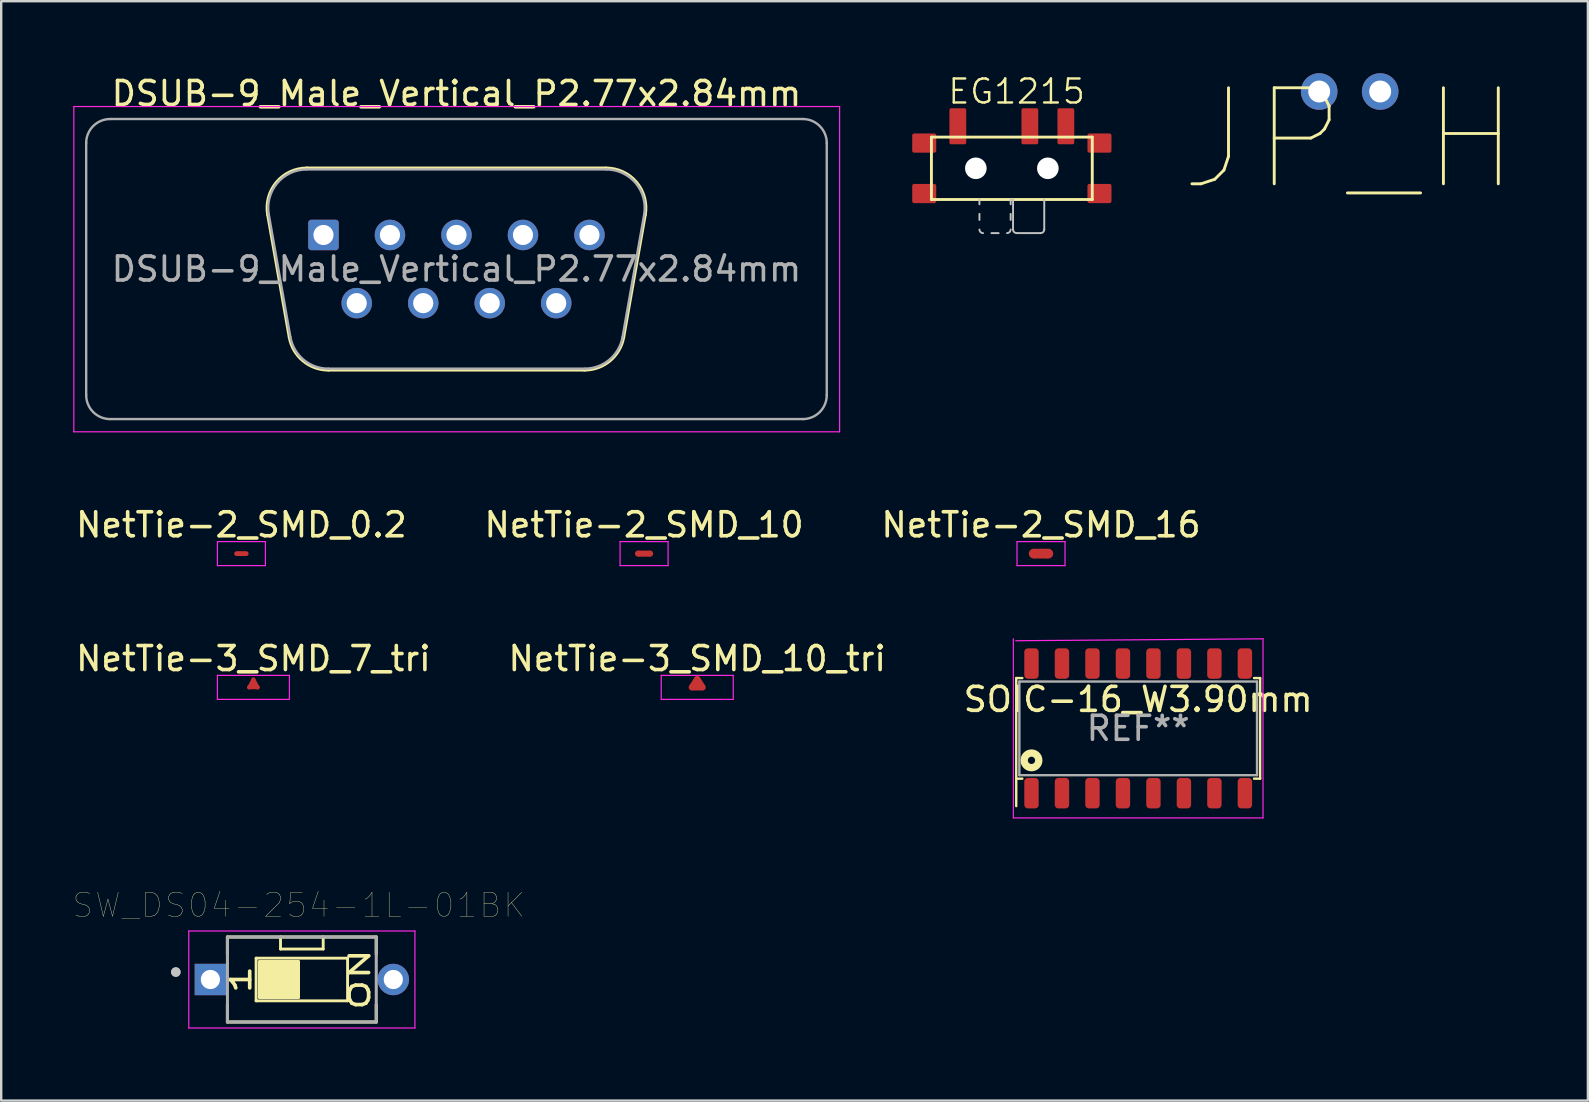
<source format=kicad_pcb>
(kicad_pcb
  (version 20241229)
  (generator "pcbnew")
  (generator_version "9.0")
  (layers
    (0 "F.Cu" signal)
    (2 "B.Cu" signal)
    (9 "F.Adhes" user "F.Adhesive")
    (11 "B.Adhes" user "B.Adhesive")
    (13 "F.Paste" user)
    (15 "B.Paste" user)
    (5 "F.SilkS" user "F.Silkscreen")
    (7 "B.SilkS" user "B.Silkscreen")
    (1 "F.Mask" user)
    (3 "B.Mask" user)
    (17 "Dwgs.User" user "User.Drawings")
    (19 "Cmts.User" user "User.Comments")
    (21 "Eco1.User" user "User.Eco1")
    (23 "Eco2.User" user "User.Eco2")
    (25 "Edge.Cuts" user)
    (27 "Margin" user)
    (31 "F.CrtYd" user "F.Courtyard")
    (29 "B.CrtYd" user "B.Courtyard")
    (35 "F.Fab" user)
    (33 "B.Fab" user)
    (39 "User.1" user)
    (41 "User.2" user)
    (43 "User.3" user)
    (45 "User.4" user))
  (footprint "SOIC-16_W3.90mm"
    (layer "F.Cu")
    (at 44.363 27.291)
    (property "Reference" "SOIC-16_W3.90mm" (at 0 -1.206 0) (layer "F.SilkS") (effects (font (size 1 1) (thickness 0.15))))
    (attr smd)
    (fp_line (start -5.08 -2.095) (end -5.08 3.239) (stroke (width 0.1) (type solid)) (layer "F.SilkS"))
    (fp_line (start -5.08 -2.095) (end -4.826 -2.095) (stroke (width 0.1) (type solid)) (layer "F.SilkS"))
    (fp_line (start -5.08 2.095) (end -4.826 2.095) (stroke (width 0.1) (type solid)) (layer "F.SilkS"))
    (fp_line (start 4.826 -2.095) (end 5.08 -2.095) (stroke (width 0.1) (type solid)) (layer "F.SilkS"))
    (fp_line (start 4.826 2.095) (end 5.08 2.095) (stroke (width 0.1) (type solid)) (layer "F.SilkS"))
    (fp_line (start 5.08 2.095) (end 5.08 -2.095) (stroke (width 0.1) (type solid)) (layer "F.SilkS"))
    (fp_circle (center -4.445 1.333) (end -4.293 1.333) (stroke (width 0.305) (type solid)) (fill no) (layer "F.SilkS"))
    (fp_line (start -5.2 3.73) (end -5.2 -3.73) (stroke (width 0.05) (type solid)) (layer "F.CrtYd"))
    (fp_line (start -5.2 3.73) (end 5.2 3.73) (stroke (width 0.05) (type solid)) (layer "F.CrtYd"))
    (fp_line (start -5.1 -3.65) (end 5.2 -3.73) (stroke (width 0.05) (type solid)) (layer "F.CrtYd"))
    (fp_line (start 5.2 3.73) (end 5.2 -3.73) (stroke (width 0.05) (type solid)) (layer "F.CrtYd"))
    (fp_line (start -4.95 -1.95) (end -4.95 1.95) (stroke (width 0.1) (type solid)) (layer "F.Fab"))
    (fp_line (start -4.95 -1.95) (end 4.95 -1.95) (stroke (width 0.1) (type solid)) (layer "F.Fab"))
    (fp_line (start 4.95 -1.95) (end 4.95 1.95) (stroke (width 0.1) (type solid)) (layer "F.Fab"))
    (fp_line (start 4.95 1.95) (end -4.95 1.95) (stroke (width 0.1) (type solid)) (layer "F.Fab"))
    (fp_text user "REF**" (at 0 0 0) (layer "F.Fab") (effects (font (size 1 1) (thickness 0.15))))
    (pad "1" smd roundrect (at -4.445 2.7) (size 0.6 1.27) (layers "F.Cu" "F.Mask" "F.Paste") (roundrect_rratio 0.25))
    (pad "2" smd roundrect (at -3.175 2.7) (size 0.6 1.27) (layers "F.Cu" "F.Mask" "F.Paste") (roundrect_rratio 0.25))
    (pad "3" smd roundrect (at -1.905 2.7) (size 0.6 1.27) (layers "F.Cu" "F.Mask" "F.Paste") (roundrect_rratio 0.25))
    (pad "4" smd roundrect (at -0.635 2.7) (size 0.6 1.27) (layers "F.Cu" "F.Mask" "F.Paste") (roundrect_rratio 0.25))
    (pad "5" smd roundrect (at 0.635 2.7) (size 0.6 1.27) (layers "F.Cu" "F.Mask" "F.Paste") (roundrect_rratio 0.25))
    (pad "6" smd roundrect (at 1.905 2.7) (size 0.6 1.27) (layers "F.Cu" "F.Mask" "F.Paste") (roundrect_rratio 0.25))
    (pad "7" smd roundrect (at 3.175 2.7) (size 0.6 1.27) (layers "F.Cu" "F.Mask" "F.Paste") (roundrect_rratio 0.25))
    (pad "8" smd roundrect (at 4.445 2.7) (size 0.6 1.27) (layers "F.Cu" "F.Mask" "F.Paste") (roundrect_rratio 0.25))
    (pad "9" smd roundrect (at 4.445 -2.7) (size 0.6 1.27) (layers "F.Cu" "F.Mask" "F.Paste") (roundrect_rratio 0.25))
    (pad "10" smd roundrect (at 3.175 -2.7) (size 0.6 1.27) (layers "F.Cu" "F.Mask" "F.Paste") (roundrect_rratio 0.25))
    (pad "11" smd roundrect (at 1.905 -2.7) (size 0.6 1.27) (layers "F.Cu" "F.Mask" "F.Paste") (roundrect_rratio 0.25))
    (pad "12" smd roundrect (at 0.635 -2.7) (size 0.6 1.27) (layers "F.Cu" "F.Mask" "F.Paste") (roundrect_rratio 0.25))
    (pad "13" smd roundrect (at -0.635 -2.7) (size 0.6 1.27) (layers "F.Cu" "F.Mask" "F.Paste") (roundrect_rratio 0.25))
    (pad "14" smd roundrect (at -1.905 -2.7) (size 0.6 1.27) (layers "F.Cu" "F.Mask" "F.Paste") (roundrect_rratio 0.25))
    (pad "15" smd roundrect (at -3.175 -2.7) (size 0.6 1.27) (layers "F.Cu" "F.Mask" "F.Paste") (roundrect_rratio 0.25))
    (pad "16" smd roundrect (at -4.445 -2.7) (size 0.6 1.27) (layers "F.Cu" "F.Mask" "F.Paste") (roundrect_rratio 0.25)))
  (footprint "NetTie-2_SMD_16"
    (layer "F.Cu")
    (at 40.315 20.012)
    (property "Reference" "NetTie-2_SMD_16" (at 0 -1.2 0) (layer "F.SilkS") (effects (font (size 1 1) (thickness 0.15))))
    (attr exclude_from_pos_files exclude_from_bom)
    (fp_poly (pts (xy -0.305 -0.203) (xy 0.305 -0.203) (xy 0.305 0.203) (xy -0.305 0.203)) (stroke (width 0) (type solid)) (fill yes) (layer "F.Cu"))
    (fp_line (start -1 -0.5) (end -1 0.5) (stroke (width 0.05) (type solid)) (layer "F.CrtYd"))
    (fp_line (start -1 0.5) (end 1 0.5) (stroke (width 0.05) (type solid)) (layer "F.CrtYd"))
    (fp_line (start 1 -0.5) (end -1 -0.5) (stroke (width 0.05) (type solid)) (layer "F.CrtYd"))
    (fp_line (start 1 0.5) (end 1 -0.5) (stroke (width 0.05) (type solid)) (layer "F.CrtYd"))
    (pad "1" smd circle (at -0.305 0) (size 0.406 0.406) (layers "F.Cu"))
    (pad "2" smd circle (at 0.305 0) (size 0.406 0.406) (layers "F.Cu")))
  (footprint "EG1215"
    (layer "F.Cu")
    (at 39.1 3.961)
    (property "Reference" "EG1215" (at 0.2 -3.2 0) (layer "F.SilkS") (effects (font (size 1 1) (thickness 0.1))))
    (attr smd)
    (fp_line (start -3.35 -1.3) (end -3.35 1.3) (stroke (width 0.12) (type solid)) (layer "F.SilkS"))
    (fp_line (start -3.35 1.3) (end 3.35 1.3) (stroke (width 0.12) (type solid)) (layer "F.SilkS"))
    (fp_line (start 3.35 -1.3) (end -3.35 -1.3) (stroke (width 0.12) (type solid)) (layer "F.SilkS"))
    (fp_line (start 3.35 1.3) (end 3.35 -1.3) (stroke (width 0.12) (type solid)) (layer "F.SilkS"))
    (fp_line (start -1.35 1.3) (end -1.35 1.5) (stroke (width 0.08) (type solid)) (layer "Dwgs.User"))
    (fp_line (start -1.35 1.9) (end -1.35 2.15) (stroke (width 0.08) (type solid)) (layer "Dwgs.User"))
    (fp_line (start -0.85 2.7) (end -0.55 2.7) (stroke (width 0.08) (type solid)) (layer "Dwgs.User"))
    (fp_line (start -0.05 1.5) (end -0.05 1.3) (stroke (width 0.08) (type solid)) (layer "Dwgs.User"))
    (fp_line (start -0.05 2.15) (end -0.05 1.9) (stroke (width 0.08) (type solid)) (layer "Dwgs.User"))
    (fp_line (start 0.05 1.3) (end 0.05 2.55) (stroke (width 0.08) (type solid)) (layer "Dwgs.User"))
    (fp_line (start 0.2 2.7) (end 1.2 2.7) (stroke (width 0.08) (type solid)) (layer "Dwgs.User"))
    (fp_line (start 1.35 2.55) (end 1.35 1.3) (stroke (width 0.08) (type solid)) (layer "Dwgs.User"))
    (fp_arc (start -1.2 2.7) (mid -1.306066 2.656066) (end -1.35 2.55) (stroke (width 0.08) (type solid)) (layer "Dwgs.User"))
    (fp_arc (start -0.05 2.55) (mid -0.093934 2.656066) (end -0.2 2.7) (stroke (width 0.08) (type solid)) (layer "Dwgs.User"))
    (fp_arc (start 0.2 2.7) (mid 0.093934 2.656066) (end 0.05 2.55) (stroke (width 0.08) (type solid)) (layer "Dwgs.User"))
    (fp_arc (start 1.35 2.55) (mid 1.306066 2.656066) (end 1.2 2.7) (stroke (width 0.08) (type solid)) (layer "Dwgs.User"))
    (pad "" np_thru_hole circle (at -1.5 0) (size 0.9 0.9) (drill 0.9) (layers "*.Cu" "*.Mask"))
    (pad "" np_thru_hole circle (at 1.5 0) (size 0.9 0.9) (drill 0.9) (layers "*.Cu" "*.Mask"))
    (pad "1" smd roundrect (at -2.25 -1.75) (size 0.7 1.5) (layers "F.Cu" "F.Mask" "F.Paste") (roundrect_rratio 0.1))
    (pad "2" smd roundrect (at 0.75 -1.75) (size 0.7 1.5) (layers "F.Cu" "F.Mask" "F.Paste") (roundrect_rratio 0.1))
    (pad "3" smd roundrect (at 2.25 -1.75) (size 0.7 1.5) (layers "F.Cu" "F.Mask" "F.Paste") (roundrect_rratio 0.1))
    (pad "S" smd roundrect (at -3.65 -1.05) (size 1 0.8) (layers "F.Cu" "F.Mask" "F.Paste") (roundrect_rratio 0.1))
    (pad "S" smd roundrect (at -3.65 1.05) (size 1 0.8) (layers "F.Cu" "F.Mask" "F.Paste") (roundrect_rratio 0.1))
    (pad "S" smd roundrect (at 3.65 -1.05) (size 1 0.8) (layers "F.Cu" "F.Mask" "F.Paste") (roundrect_rratio 0.1))
    (pad "S" smd roundrect (at 3.65 1.05) (size 1 0.8) (layers "F.Cu" "F.Mask" "F.Paste") (roundrect_rratio 0.1)))
  (footprint "JP_H"
    (layer "F.Cu")
    (at 53.173 0.762)
    (property "Reference" "JP_H" (at 0 2 0) (layer "F.SilkS") (effects (font (size 4 4) (thickness 0.12))))
    (attr through_hole)
    (pad "1" thru_hole circle (at -1.27 0) (size 1.524 1.524) (drill 0.914) (layers "*.Cu" "*.Mask"))
    (pad "2" thru_hole circle (at 1.27 0) (size 1.524 1.524) (drill 0.914) (layers "*.Cu" "*.Mask")))
  (footprint "NetTie-2_SMD_10"
    (layer "F.Cu")
    (at 23.78 20.012)
    (property "Reference" "NetTie-2_SMD_10" (at 0 -1.2 0) (layer "F.SilkS") (effects (font (size 1 1) (thickness 0.15))))
    (attr exclude_from_pos_files exclude_from_bom)
    (fp_poly (pts (xy -0.254 -0.127) (xy 0.254 -0.127) (xy 0.254 0.127) (xy -0.254 0.127)) (stroke (width 0) (type solid)) (fill yes) (layer "F.Cu"))
    (fp_line (start -1 -0.5) (end -1 0.5) (stroke (width 0.05) (type solid)) (layer "F.CrtYd"))
    (fp_line (start -1 0.5) (end 1 0.5) (stroke (width 0.05) (type solid)) (layer "F.CrtYd"))
    (fp_line (start 1 -0.5) (end -1 -0.5) (stroke (width 0.05) (type solid)) (layer "F.CrtYd"))
    (fp_line (start 1 0.5) (end 1 -0.5) (stroke (width 0.05) (type solid)) (layer "F.CrtYd"))
    (pad "1" smd circle (at -0.254 0) (size 0.254 0.254) (layers "F.Cu"))
    (pad "2" smd circle (at 0.254 0) (size 0.254 0.254) (layers "F.Cu")))
  (footprint "NetTie-3_SMD_10_tri"
    (layer "F.Cu")
    (at 25.994 25.585)
    (property "Reference" "NetTie-3_SMD_10_tri" (at 0 -1.2 0) (layer "F.SilkS") (effects (font (size 1 1) (thickness 0.15))))
    (attr exclude_from_pos_files exclude_from_bom)
    (fp_poly (pts (xy 0.33 -0.076) (xy 0.229 0.127) (xy -0.229 0.127) (xy -0.33 -0.076) (xy -0.102 -0.432) (xy 0.102 -0.432)) (stroke (width 0.000003) (type solid)) (fill yes) (layer "F.Cu"))
    (fp_line (start -1.5 -0.5) (end -1.5 0.5) (stroke (width 0.05) (type solid)) (layer "F.CrtYd"))
    (fp_line (start -1.5 0.5) (end 1.5 0.5) (stroke (width 0.05) (type solid)) (layer "F.CrtYd"))
    (fp_line (start 1.5 -0.5) (end -1.5 -0.5) (stroke (width 0.05) (type solid)) (layer "F.CrtYd"))
    (fp_line (start 1.5 0.5) (end 1.5 -0.5) (stroke (width 0.05) (type solid)) (layer "F.CrtYd"))
    (pad "1" smd circle (at 0.229 0) (size 0.254 0.254) (layers "F.Cu"))
    (pad "2" smd circle (at 0 -0.356) (size 0.254 0.254) (layers "F.Cu"))
    (pad "3" smd circle (at -0.229 0) (size 0.254 0.254) (layers "F.Cu")))
  (footprint "NetTie-3_SMD_7_tri"
    (layer "F.Cu")
    (at 7.506 25.585)
    (property "Reference" "NetTie-3_SMD_7_tri" (at 0 -1.2 0) (layer "F.SilkS") (effects (font (size 1 1) (thickness 0.15))))
    (attr exclude_from_pos_files exclude_from_bom)
    (fp_poly (pts (xy 0.254 -0.025) (xy 0.203 0.076) (xy -0.203 0.076) (xy -0.254 -0.025) (xy -0.076 -0.356) (xy 0.076 -0.356)) (stroke (width 0.001) (type solid)) (fill yes) (layer "F.Cu"))
    (fp_line (start -1.5 -0.5) (end -1.5 0.5) (stroke (width 0.05) (type solid)) (layer "F.CrtYd"))
    (fp_line (start -1.5 0.5) (end 1.5 0.5) (stroke (width 0.05) (type solid)) (layer "F.CrtYd"))
    (fp_line (start 1.5 -0.5) (end -1.5 -0.5) (stroke (width 0.05) (type solid)) (layer "F.CrtYd"))
    (fp_line (start 1.5 0.5) (end 1.5 -0.5) (stroke (width 0.05) (type solid)) (layer "F.CrtYd"))
    (pad "1" smd circle (at -0.178 0) (size 0.178 0.178) (layers "F.Cu"))
    (pad "2" smd circle (at 0 -0.33) (size 0.178 0.178) (layers "F.Cu"))
    (pad "3" smd circle (at 0.178 0) (size 0.178 0.178) (layers "F.Cu")))
  (footprint "DSUB-9_Male_Vertical_P2.77x2.84mm"
    (layer "F.Cu")
    (at 10.425 6.738)
    (property "Reference" "DSUB-9_Male_Vertical_P2.77x2.84mm" (at 5.54 -5.89 0) (layer "F.SilkS") (effects (font (size 1 1) (thickness 0.15))))
    (attr through_hole)
    (fp_line (start -2.326 -0.842) (end -1.427 4.258) (stroke (width 0.12) (type solid)) (layer "F.SilkS"))
    (fp_line (start -0.692 -2.79) (end 11.772 -2.79) (stroke (width 0.12) (type solid)) (layer "F.SilkS"))
    (fp_line (start 0.208 5.63) (end 10.872 5.63) (stroke (width 0.12) (type solid)) (layer "F.SilkS"))
    (fp_line (start 13.406 -0.842) (end 12.507 4.258) (stroke (width 0.12) (type solid)) (layer "F.SilkS"))
    (fp_arc (start -2.32647 -0.841744) (mid -1.963323 -2.197028) (end -0.691689 -2.79) (stroke (width 0.12) (type solid)) (layer "F.SilkS"))
    (fp_arc (start 0.207579 5.63) (mid -0.859448 5.241634) (end -1.427202 4.258256) (stroke (width 0.12) (type solid)) (layer "F.SilkS"))
    (fp_arc (start 11.771689 -2.79) (mid 13.043323 -2.197027) (end 13.40647 -0.841744) (stroke (width 0.12) (type solid)) (layer "F.SilkS"))
    (fp_arc (start 12.507202 4.258256) (mid 11.939449 5.241634) (end 10.872421 5.63) (stroke (width 0.12) (type solid)) (layer "F.SilkS"))
    (fp_line (start -10.4 -5.35) (end -10.4 8.2) (stroke (width 0.05) (type solid)) (layer "F.CrtYd"))
    (fp_line (start -10.4 8.2) (end 21.5 8.2) (stroke (width 0.05) (type solid)) (layer "F.CrtYd"))
    (fp_line (start 21.5 -5.35) (end -10.4 -5.35) (stroke (width 0.05) (type solid)) (layer "F.CrtYd"))
    (fp_line (start 21.5 8.2) (end 21.5 -5.35) (stroke (width 0.05) (type solid)) (layer "F.CrtYd"))
    (fp_line (start -9.885 6.67) (end -9.885 -3.83) (stroke (width 0.1) (type solid)) (layer "F.Fab"))
    (fp_line (start -8.885 -4.83) (end 19.965 -4.83) (stroke (width 0.1) (type solid)) (layer "F.Fab"))
    (fp_line (start -2.279 -0.852) (end -1.38 4.248) (stroke (width 0.1) (type solid)) (layer "F.Fab"))
    (fp_line (start -0.703 -2.73) (end 11.783 -2.73) (stroke (width 0.1) (type solid)) (layer "F.Fab"))
    (fp_line (start 0.196 5.57) (end 10.884 5.57) (stroke (width 0.1) (type solid)) (layer "F.Fab"))
    (fp_line (start 13.359 -0.852) (end 12.46 4.248) (stroke (width 0.1) (type solid)) (layer "F.Fab"))
    (fp_line (start 19.965 7.67) (end -8.885 7.67) (stroke (width 0.1) (type solid)) (layer "F.Fab"))
    (fp_line (start 20.965 -3.83) (end 20.965 6.67) (stroke (width 0.1) (type solid)) (layer "F.Fab"))
    (fp_arc (start -9.885 -3.83) (mid -9.592107 -4.537107) (end -8.885 -4.83) (stroke (width 0.1) (type solid)) (layer "F.Fab"))
    (fp_arc (start -8.885 7.67) (mid -9.592107 7.377107) (end -9.885 6.67) (stroke (width 0.1) (type solid)) (layer "F.Fab"))
    (fp_arc (start -2.278886 -0.852163) (mid -1.928865 -2.15846) (end -0.703194 -2.73) (stroke (width 0.1) (type solid)) (layer "F.Fab"))
    (fp_arc (start 0.196073 5.57) (mid -0.832387 5.195671) (end -1.379619 4.247837) (stroke (width 0.1) (type solid)) (layer "F.Fab"))
    (fp_arc (start 11.783194 -2.73) (mid 13.008865 -2.15846) (end 13.358886 -0.852163) (stroke (width 0.1) (type solid)) (layer "F.Fab"))
    (fp_arc (start 12.459619 4.247837) (mid 11.912387 5.195671) (end 10.883927 5.57) (stroke (width 0.1) (type solid)) (layer "F.Fab"))
    (fp_arc (start 19.965 -4.83) (mid 20.672107 -4.537107) (end 20.965 -3.83) (stroke (width 0.1) (type solid)) (layer "F.Fab"))
    (fp_arc (start 20.965 6.67) (mid 20.672107 7.377107) (end 19.965 7.67) (stroke (width 0.1) (type solid)) (layer "F.Fab"))
    (fp_text user "${REFERENCE}" (at 5.54 1.42 0) (layer "F.Fab") (effects (font (size 1 1) (thickness 0.15))))
    (pad "1" thru_hole roundrect (at 0 0) (size 1.27 1.27) (drill 0.838) (layers "*.Cu" "*.Mask") (roundrect_rratio 0.1))
    (pad "2" thru_hole circle (at 2.77 0) (size 1.27 1.27) (drill 0.838) (layers "*.Cu" "*.Mask"))
    (pad "3" thru_hole circle (at 5.54 0) (size 1.27 1.27) (drill 0.838) (layers "*.Cu" "*.Mask"))
    (pad "4" thru_hole circle (at 8.31 0) (size 1.27 1.27) (drill 0.838) (layers "*.Cu" "*.Mask"))
    (pad "5" thru_hole circle (at 11.08 0) (size 1.27 1.27) (drill 0.838) (layers "*.Cu" "*.Mask"))
    (pad "6" thru_hole circle (at 1.385 2.84) (size 1.27 1.27) (drill 0.838) (layers "*.Cu" "*.Mask"))
    (pad "7" thru_hole circle (at 4.155 2.84) (size 1.27 1.27) (drill 0.838) (layers "*.Cu" "*.Mask"))
    (pad "8" thru_hole circle (at 6.925 2.84) (size 1.27 1.27) (drill 0.838) (layers "*.Cu" "*.Mask"))
    (pad "9" thru_hole circle (at 9.695 2.84) (size 1.27 1.27) (drill 0.838) (layers "*.Cu" "*.Mask")))
  (footprint "SW_DS04-254-1L-01BK"
    (layer "F.Cu")
    (at 9.524 37.753)
    (property "Reference" "SW_DS04-254-1L-01BK" (at -0.125 -3.095 0) (layer "F.SilkS") (effects (font (size 1 1) (thickness 0.015))))
    (attr through_hole)
    (fp_line (start -3.1 -1.77) (end -3.1 -1.05) (stroke (width 0.127) (type solid)) (layer "F.SilkS"))
    (fp_line (start -3.1 1.05) (end -3.1 1.77) (stroke (width 0.127) (type solid)) (layer "F.SilkS"))
    (fp_line (start -3.1 1.77) (end 3.1 1.77) (stroke (width 0.127) (type solid)) (layer "F.SilkS"))
    (fp_line (start -1.905 -0.889) (end -1.905 0.889) (stroke (width 0.12) (type solid)) (layer "F.SilkS"))
    (fp_line (start -1.905 0.889) (end 1.905 0.889) (stroke (width 0.12) (type solid)) (layer "F.SilkS"))
    (fp_line (start -0.889 -1.778) (end -0.889 -1.27) (stroke (width 0.12) (type solid)) (layer "F.SilkS"))
    (fp_line (start -0.889 -1.27) (end 0.889 -1.27) (stroke (width 0.12) (type solid)) (layer "F.SilkS"))
    (fp_line (start 0.889 -1.27) (end 0.889 -1.778) (stroke (width 0.12) (type solid)) (layer "F.SilkS"))
    (fp_line (start 1.905 -0.889) (end -1.905 -0.889) (stroke (width 0.12) (type solid)) (layer "F.SilkS"))
    (fp_line (start 1.905 0.889) (end 1.905 -0.889) (stroke (width 0.12) (type solid)) (layer "F.SilkS"))
    (fp_line (start 3.1 -1.77) (end -3.1 -1.77) (stroke (width 0.127) (type solid)) (layer "F.SilkS"))
    (fp_line (start 3.1 -1.05) (end 3.1 -1.77) (stroke (width 0.127) (type solid)) (layer "F.SilkS"))
    (fp_line (start 3.1 1.77) (end 3.1 1.05) (stroke (width 0.127) (type solid)) (layer "F.SilkS"))
    (fp_poly (pts (xy -0.127 0.762) (xy -1.778 0.762) (xy -1.778 -0.762) (xy -0.127 -0.762)) (stroke (width 0.1) (type solid)) (fill yes) (layer "F.SilkS"))
    (fp_circle (center -5.25 -0.31) (end -5.15 -0.31) (stroke (width 0.2) (type solid)) (fill no) (layer "Dwgs.User"))
    (fp_line (start -4.71 -2.02) (end 4.71 -2.02) (stroke (width 0.05) (type solid)) (layer "F.CrtYd"))
    (fp_line (start -4.71 2.02) (end -4.71 -2.02) (stroke (width 0.05) (type solid)) (layer "F.CrtYd"))
    (fp_line (start 4.71 -2.02) (end 4.71 2.02) (stroke (width 0.05) (type solid)) (layer "F.CrtYd"))
    (fp_line (start 4.71 2.02) (end -4.71 2.02) (stroke (width 0.05) (type solid)) (layer "F.CrtYd"))
    (fp_line (start -3.1 -1.77) (end -3.1 1.77) (stroke (width 0.127) (type solid)) (layer "F.Fab"))
    (fp_line (start -3.1 1.77) (end 3.1 1.77) (stroke (width 0.127) (type solid)) (layer "F.Fab"))
    (fp_line (start 3.1 -1.77) (end -3.1 -1.77) (stroke (width 0.127) (type solid)) (layer "F.Fab"))
    (fp_line (start 3.1 1.77) (end 3.1 -1.77) (stroke (width 0.127) (type solid)) (layer "F.Fab"))
    (fp_circle (center -5.25 -0.31) (end -5.15 -0.31) (stroke (width 0.2) (type solid)) (fill no) (layer "F.Fab"))
    (fp_text user "ON" (at 2.413 0 270) (layer "F.SilkS") (effects (font (size 0.813 1.219) (thickness 0.152))))
    (fp_text user "1" (at -2.54 0 270) (layer "F.SilkS") (effects (font (size 0.813 1.219) (thickness 0.152))))
    (pad "1A" thru_hole rect (at -3.81 0) (size 1.308 1.308) (drill 0.8) (layers "*.Cu" "*.Mask"))
    (pad "1B" thru_hole circle (at 3.81 0) (size 1.308 1.308) (drill 0.8) (layers "*.Cu" "*.Mask")))
  (footprint "NetTie-2_SMD_0.2"
    (layer "F.Cu")
    (at 7.006 20.012)
    (property "Reference" "NetTie-2_SMD_0.2" (at 0 -1.2 0) (layer "F.SilkS") (effects (font (size 1 1) (thickness 0.15))))
    (attr exclude_from_pos_files exclude_from_bom)
    (fp_line (start -0.2 0) (end 0.2 0) (stroke (width 0.2) (type solid)) (layer "F.Cu"))
    (fp_line (start -1 -0.5) (end -1 0.5) (stroke (width 0.05) (type solid)) (layer "F.CrtYd"))
    (fp_line (start -1 0.5) (end 1 0.5) (stroke (width 0.05) (type solid)) (layer "F.CrtYd"))
    (fp_line (start 1 -0.5) (end -1 -0.5) (stroke (width 0.05) (type solid)) (layer "F.CrtYd"))
    (fp_line (start 1 0.5) (end 1 -0.5) (stroke (width 0.05) (type solid)) (layer "F.CrtYd"))
    (pad "1" smd circle (at -0.2 0) (size 0.1 0.1) (layers "F.Cu"))
    (pad "2" smd circle (at 0.2 0) (size 0.1 0.1) (layers "F.Cu")))
  (gr_rect
    (start -3 -3)
    (end 63.096 42.798)
    (stroke (width 0.1) (type default))
    (fill no)
    (layer "Edge.Cuts")))
</source>
